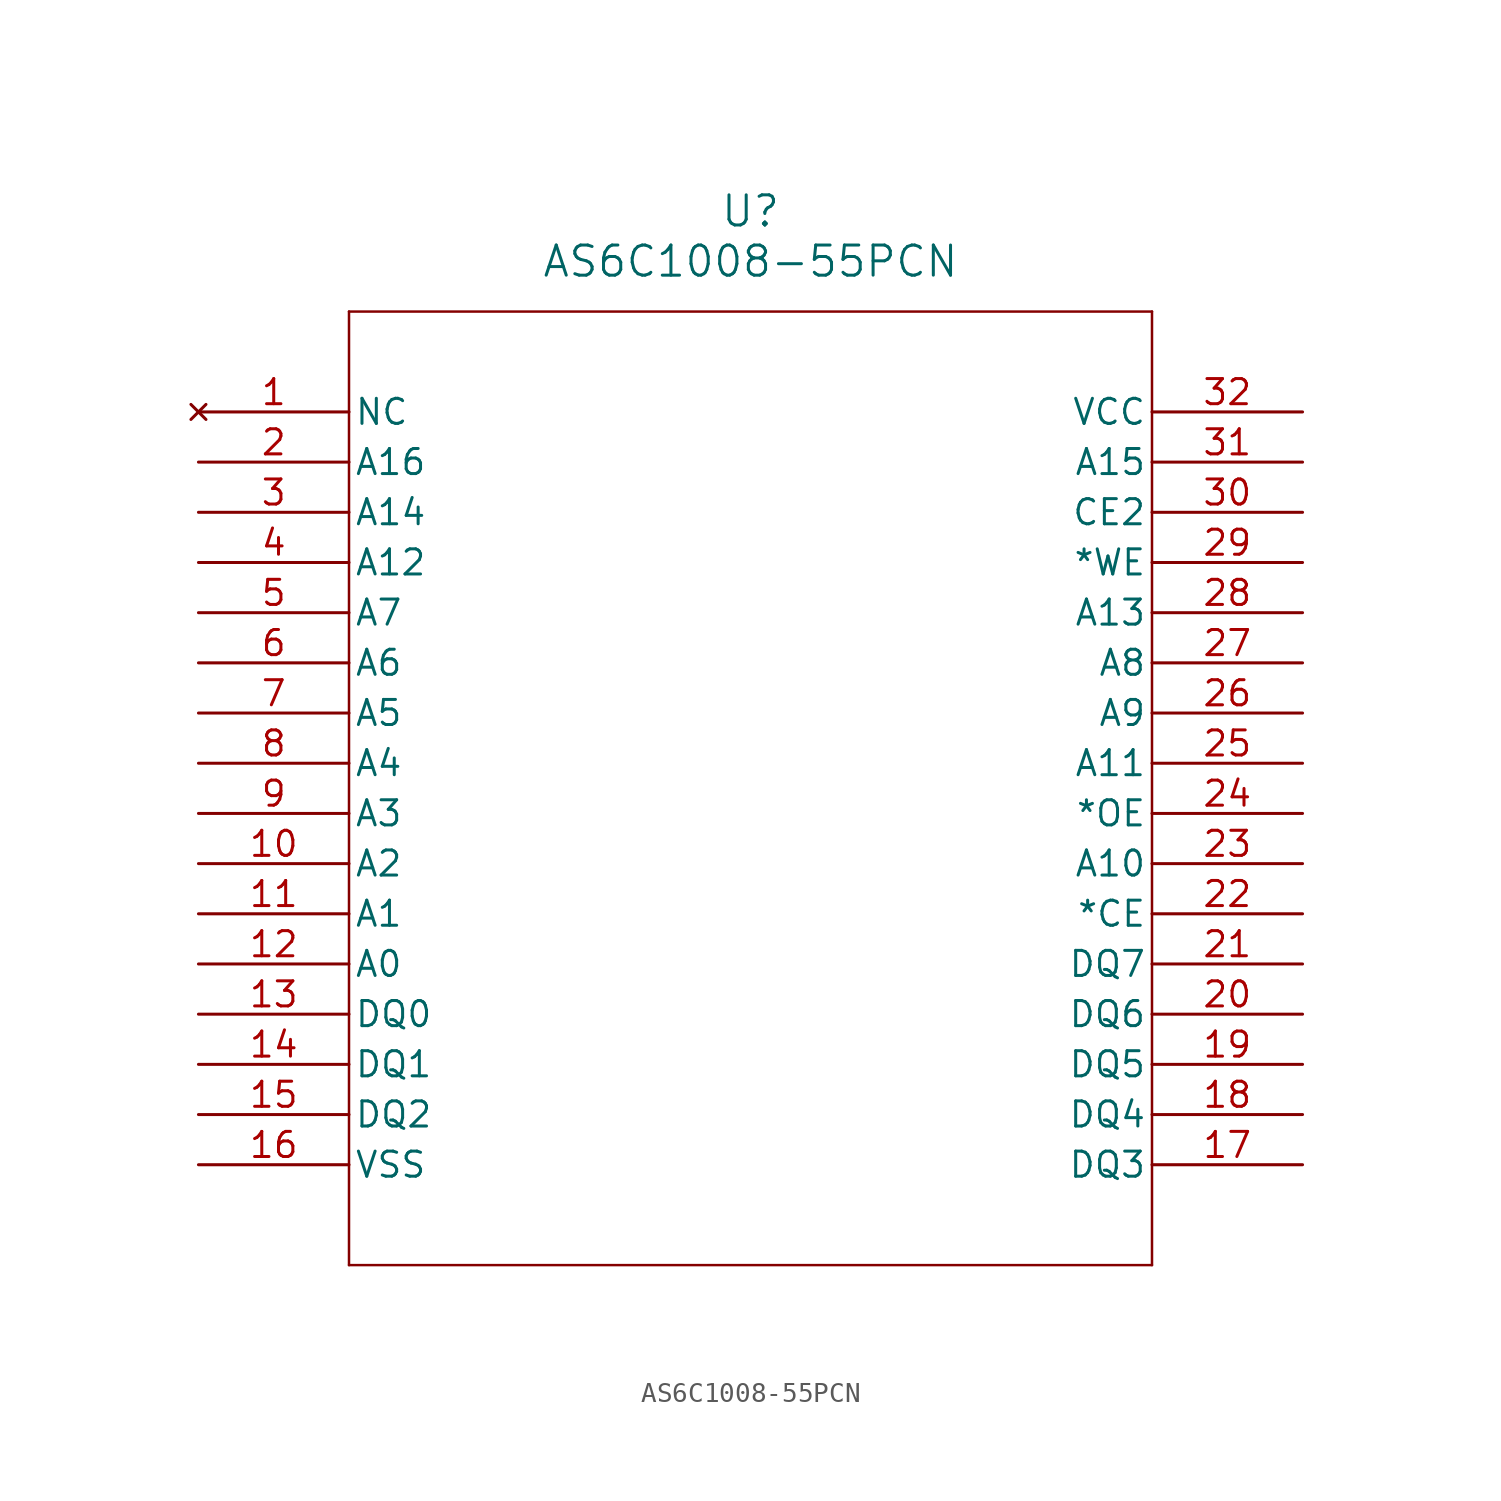
<source format=kicad_sym>
(kicad_symbol_lib
  (version 20211014)
  (generator kicad_symbol_editor)
  (symbol "AS6C1008-55PCN"
    (pin_names
      (offset 0.254))
    (property "Reference" "U"
      (at 27.94 10.16 0)
      (effects (font (size 1.524 1.524))))
    (property "Value" "AS6C1008-55PCN"
      (at 27.94 7.62 0)
      (effects (font (size 1.524 1.524))))
    (symbol "AS6C1008-55PCN_0_1"
      (polyline (pts (xy 7.62 5.08) (xy 7.62 -43.18)) (stroke (width 0.127) (type default) (color 0 0 0 0)) (fill (type none)))
      (polyline (pts (xy 7.62 -43.18) (xy 48.26 -43.18)) (stroke (width 0.127) (type default) (color 0 0 0 0)) (fill (type none)))
      (polyline (pts (xy 48.26 -43.18) (xy 48.26 5.08)) (stroke (width 0.127) (type default) (color 0 0 0 0)) (fill (type none)))
      (polyline (pts (xy 48.26 5.08) (xy 7.62 5.08)) (stroke (width 0.127) (type default) (color 0 0 0 0)) (fill (type none)))
      (pin no_connect line (at 0 0 0) (length 7.62) (name "NC" (effects (font (size 1.27 1.27)))) (number "1" (effects (font (size 1.27 1.27)))))
      (pin input line (at 0 -2.54 0) (length 7.62) (name "A16" (effects (font (size 1.27 1.27)))) (number "2" (effects (font (size 1.27 1.27)))))
      (pin input line (at 0 -5.08 0) (length 7.62) (name "A14" (effects (font (size 1.27 1.27)))) (number "3" (effects (font (size 1.27 1.27)))))
      (pin input line (at 0 -7.62 0) (length 7.62) (name "A12" (effects (font (size 1.27 1.27)))) (number "4" (effects (font (size 1.27 1.27)))))
      (pin input line (at 0 -10.16 0) (length 7.62) (name "A7" (effects (font (size 1.27 1.27)))) (number "5" (effects (font (size 1.27 1.27)))))
      (pin input line (at 0 -12.7 0) (length 7.62) (name "A6" (effects (font (size 1.27 1.27)))) (number "6" (effects (font (size 1.27 1.27)))))
      (pin input line (at 0 -15.24 0) (length 7.62) (name "A5" (effects (font (size 1.27 1.27)))) (number "7" (effects (font (size 1.27 1.27)))))
      (pin input line (at 0 -17.78 0) (length 7.62) (name "A4" (effects (font (size 1.27 1.27)))) (number "8" (effects (font (size 1.27 1.27)))))
      (pin input line (at 0 -20.32 0) (length 7.62) (name "A3" (effects (font (size 1.27 1.27)))) (number "9" (effects (font (size 1.27 1.27)))))
      (pin input line (at 0 -22.86 0) (length 7.62) (name "A2" (effects (font (size 1.27 1.27)))) (number "10" (effects (font (size 1.27 1.27)))))
      (pin input line (at 0 -25.4 0) (length 7.62) (name "A1" (effects (font (size 1.27 1.27)))) (number "11" (effects (font (size 1.27 1.27)))))
      (pin input line (at 0 -27.94 0) (length 7.62) (name "A0" (effects (font (size 1.27 1.27)))) (number "12" (effects (font (size 1.27 1.27)))))
      (pin bidirectional line (at 0 -30.48 0) (length 7.62) (name "DQ0" (effects (font (size 1.27 1.27)))) (number "13" (effects (font (size 1.27 1.27)))))
      (pin bidirectional line (at 0 -33.02 0) (length 7.62) (name "DQ1" (effects (font (size 1.27 1.27)))) (number "14" (effects (font (size 1.27 1.27)))))
      (pin bidirectional line (at 0 -35.56 0) (length 7.62) (name "DQ2" (effects (font (size 1.27 1.27)))) (number "15" (effects (font (size 1.27 1.27)))))
      (pin power_in line (at 0 -38.1 0) (length 7.62) (name "VSS" (effects (font (size 1.27 1.27)))) (number "16" (effects (font (size 1.27 1.27)))))
      (pin bidirectional line (at 55.88 -38.1 180) (length 7.62) (name "DQ3" (effects (font (size 1.27 1.27)))) (number "17" (effects (font (size 1.27 1.27)))))
      (pin bidirectional line (at 55.88 -35.56 180) (length 7.62) (name "DQ4" (effects (font (size 1.27 1.27)))) (number "18" (effects (font (size 1.27 1.27)))))
      (pin bidirectional line (at 55.88 -33.02 180) (length 7.62) (name "DQ5" (effects (font (size 1.27 1.27)))) (number "19" (effects (font (size 1.27 1.27)))))
      (pin bidirectional line (at 55.88 -30.48 180) (length 7.62) (name "DQ6" (effects (font (size 1.27 1.27)))) (number "20" (effects (font (size 1.27 1.27)))))
      (pin bidirectional line (at 55.88 -27.94 180) (length 7.62) (name "DQ7" (effects (font (size 1.27 1.27)))) (number "21" (effects (font (size 1.27 1.27)))))
      (pin input line (at 55.88 -25.4 180) (length 7.62) (name "*CE" (effects (font (size 1.27 1.27)))) (number "22" (effects (font (size 1.27 1.27)))))
      (pin input line (at 55.88 -22.86 180) (length 7.62) (name "A10" (effects (font (size 1.27 1.27)))) (number "23" (effects (font (size 1.27 1.27)))))
      (pin bidirectional line (at 55.88 -20.32 180) (length 7.62) (name "*OE" (effects (font (size 1.27 1.27)))) (number "24" (effects (font (size 1.27 1.27)))))
      (pin input line (at 55.88 -17.78 180) (length 7.62) (name "A11" (effects (font (size 1.27 1.27)))) (number "25" (effects (font (size 1.27 1.27)))))
      (pin input line (at 55.88 -15.24 180) (length 7.62) (name "A9" (effects (font (size 1.27 1.27)))) (number "26" (effects (font (size 1.27 1.27)))))
      (pin input line (at 55.88 -12.7 180) (length 7.62) (name "A8" (effects (font (size 1.27 1.27)))) (number "27" (effects (font (size 1.27 1.27)))))
      (pin input line (at 55.88 -10.16 180) (length 7.62) (name "A13" (effects (font (size 1.27 1.27)))) (number "28" (effects (font (size 1.27 1.27)))))
      (pin input line (at 55.88 -7.62 180) (length 7.62) (name "*WE" (effects (font (size 1.27 1.27)))) (number "29" (effects (font (size 1.27 1.27)))))
      (pin input line (at 55.88 -5.08 180) (length 7.62) (name "CE2" (effects (font (size 1.27 1.27)))) (number "30" (effects (font (size 1.27 1.27)))))
      (pin input line (at 55.88 -2.54 180) (length 7.62) (name "A15" (effects (font (size 1.27 1.27)))) (number "31" (effects (font (size 1.27 1.27)))))
      (pin power_in line (at 55.88 0 180) (length 7.62) (name "VCC" (effects (font (size 1.27 1.27)))) (number "32" (effects (font (size 1.27 1.27))))))))
</source>
